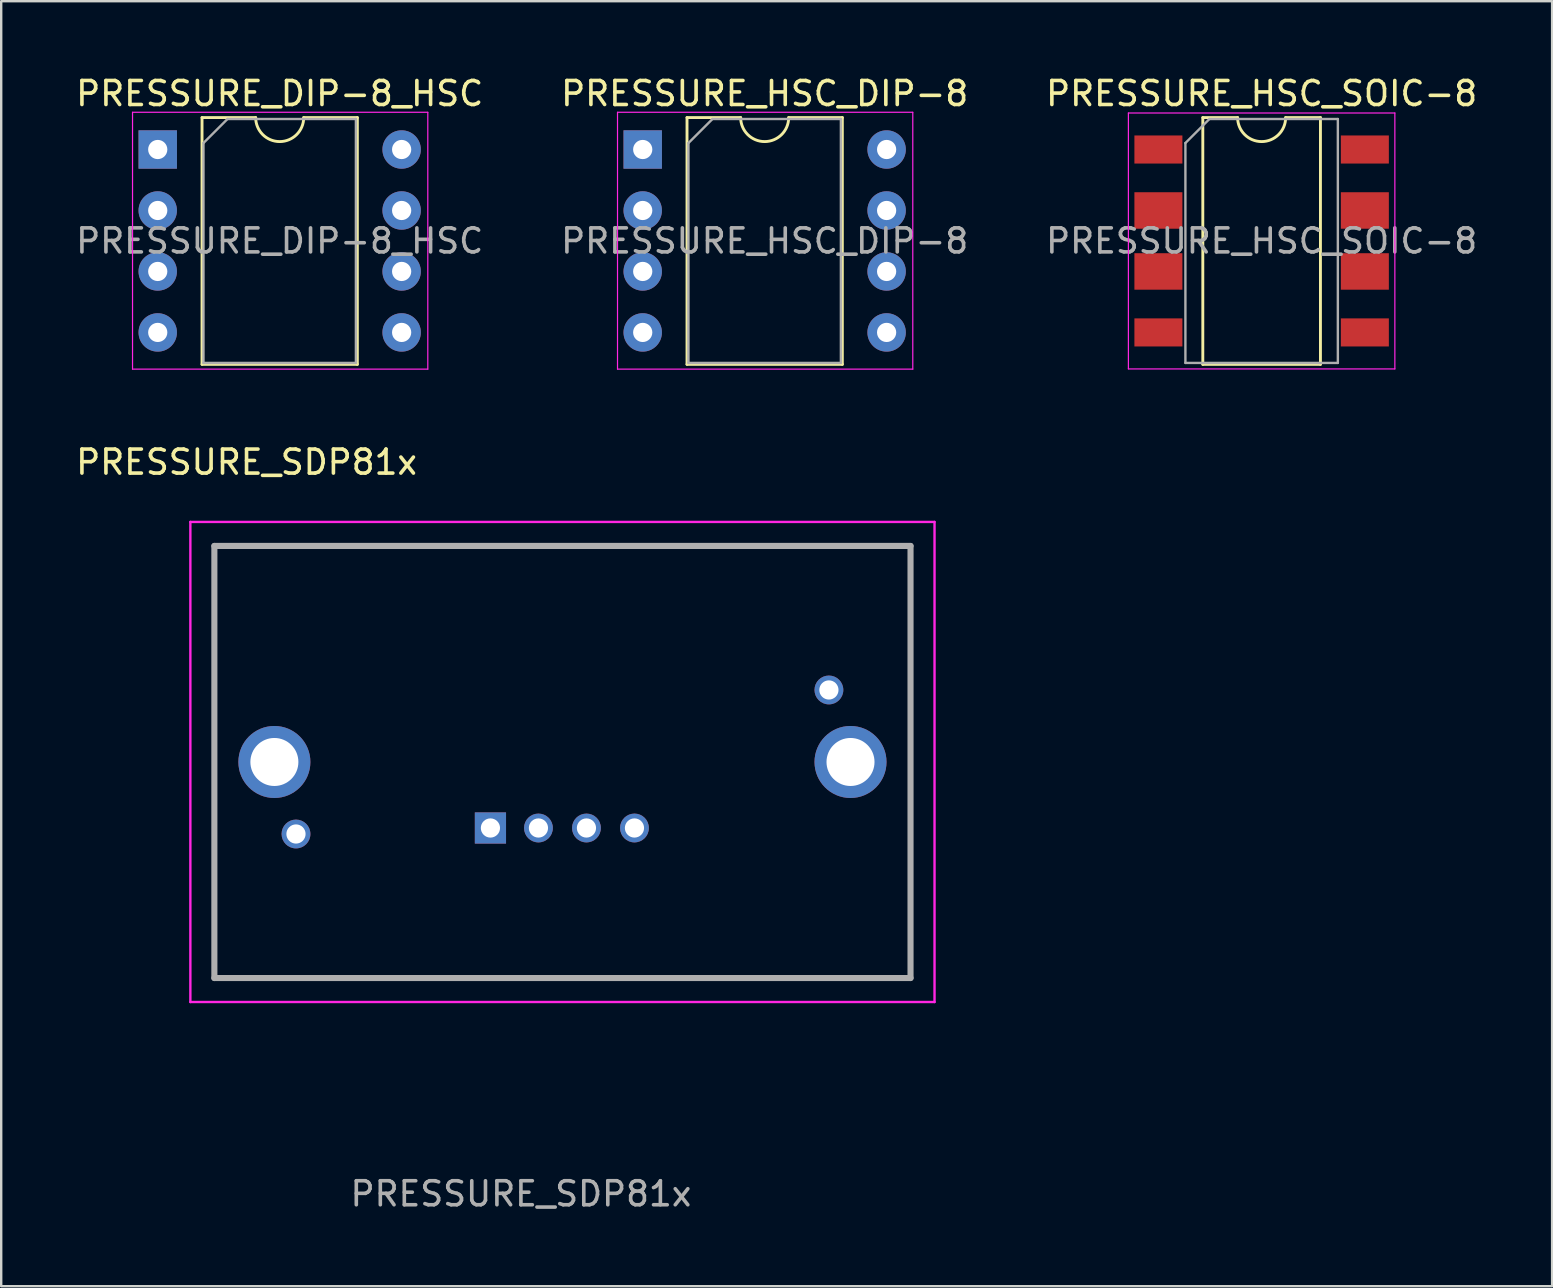
<source format=kicad_pcb>
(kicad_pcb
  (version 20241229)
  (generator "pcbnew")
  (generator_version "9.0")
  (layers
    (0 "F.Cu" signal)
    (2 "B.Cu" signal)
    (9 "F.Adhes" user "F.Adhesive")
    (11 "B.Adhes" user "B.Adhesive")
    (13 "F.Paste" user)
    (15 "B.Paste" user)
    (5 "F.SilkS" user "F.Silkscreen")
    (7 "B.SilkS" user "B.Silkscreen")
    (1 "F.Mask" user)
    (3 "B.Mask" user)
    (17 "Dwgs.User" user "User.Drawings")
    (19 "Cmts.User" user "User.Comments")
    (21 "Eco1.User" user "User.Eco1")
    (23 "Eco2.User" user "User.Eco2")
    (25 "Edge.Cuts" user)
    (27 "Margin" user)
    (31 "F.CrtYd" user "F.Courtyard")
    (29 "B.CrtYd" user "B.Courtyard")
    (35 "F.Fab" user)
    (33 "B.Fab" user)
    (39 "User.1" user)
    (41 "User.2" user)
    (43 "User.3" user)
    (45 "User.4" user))
  (footprint "PRESSURE_HSC_SOIC-8"
    (layer "F.Cu")
    (at 49.506 6.988)
    (property "Reference" "PRESSURE_HSC_SOIC-8" (at 0 -6.14 0) (layer "F.SilkS") (effects (font (size 1 1) (thickness 0.15))))
    (attr smd)
    (fp_line (start -2.45 -5.14) (end -2.45 5.14) (stroke (width 0.12) (type solid)) (layer "F.SilkS"))
    (fp_line (start -2.45 5.14) (end 2.45 5.14) (stroke (width 0.12) (type solid)) (layer "F.SilkS"))
    (fp_line (start -1 -5.14) (end -2.45 -5.14) (stroke (width 0.12) (type solid)) (layer "F.SilkS"))
    (fp_line (start 2.45 -5.14) (end 1 -5.14) (stroke (width 0.12) (type solid)) (layer "F.SilkS"))
    (fp_line (start 2.45 5.14) (end 2.45 -5.14) (stroke (width 0.12) (type solid)) (layer "F.SilkS"))
    (fp_arc (start 1 -5.14) (mid 0 -4.14) (end -1 -5.14) (stroke (width 0.12) (type solid)) (layer "F.SilkS"))
    (fp_line (start -5.55 -5.33) (end -5.55 5.33) (stroke (width 0.05) (type solid)) (layer "F.CrtYd"))
    (fp_line (start -5.55 -5.33) (end 5.55 -5.33) (stroke (width 0.05) (type solid)) (layer "F.CrtYd"))
    (fp_line (start 5.55 5.33) (end -5.55 5.33) (stroke (width 0.05) (type solid)) (layer "F.CrtYd"))
    (fp_line (start 5.55 5.33) (end 5.55 -5.33) (stroke (width 0.05) (type solid)) (layer "F.CrtYd"))
    (fp_line (start -3.175 -4.08) (end -2.175 -5.08) (stroke (width 0.1) (type solid)) (layer "F.Fab"))
    (fp_line (start -3.175 5.08) (end -3.175 -4.08) (stroke (width 0.1) (type solid)) (layer "F.Fab"))
    (fp_line (start -2.175 -5.08) (end 3.175 -5.08) (stroke (width 0.1) (type solid)) (layer "F.Fab"))
    (fp_line (start 3.175 -5.08) (end 3.175 5.08) (stroke (width 0.1) (type solid)) (layer "F.Fab"))
    (fp_line (start 3.175 5.08) (end -3.175 5.08) (stroke (width 0.1) (type solid)) (layer "F.Fab"))
    (fp_text user "${REFERENCE}" (at 0 0 0) (layer "F.Fab") (effects (font (size 1 1) (thickness 0.15))))
    (pad "1" smd rect (at -4.3 -3.81) (size 2 1.17) (layers "F.Cu" "F.Mask" "F.Paste"))
    (pad "2" smd rect (at -4.3 -1.27) (size 2 1.52) (layers "F.Cu" "F.Mask" "F.Paste"))
    (pad "3" smd rect (at -4.3 1.27) (size 2 1.52) (layers "F.Cu" "F.Mask" "F.Paste"))
    (pad "4" smd rect (at -4.3 3.81) (size 2 1.17) (layers "F.Cu" "F.Mask" "F.Paste"))
    (pad "5" smd rect (at 4.3 3.81) (size 2 1.17) (layers "F.Cu" "F.Mask" "F.Paste"))
    (pad "6" smd rect (at 4.3 1.27) (size 2 1.52) (layers "F.Cu" "F.Mask" "F.Paste"))
    (pad "7" smd rect (at 4.3 -1.27) (size 2 1.52) (layers "F.Cu" "F.Mask" "F.Paste"))
    (pad "8" smd rect (at 4.3 -3.81) (size 2 1.17) (layers "F.Cu" "F.Mask" "F.Paste")))
  (footprint "PRESSURE_HSC_DIP-8"
    (layer "F.Cu")
    (at 23.724 3.178)
    (property "Reference" "PRESSURE_HSC_DIP-8" (at 5.08 -2.33 0) (layer "F.SilkS") (effects (font (size 1 1) (thickness 0.15))))
    (attr through_hole)
    (fp_line (start 1.845 -1.33) (end 1.845 8.95) (stroke (width 0.12) (type solid)) (layer "F.SilkS"))
    (fp_line (start 1.845 8.95) (end 8.315 8.95) (stroke (width 0.12) (type solid)) (layer "F.SilkS"))
    (fp_line (start 4.08 -1.33) (end 1.845 -1.33) (stroke (width 0.12) (type solid)) (layer "F.SilkS"))
    (fp_line (start 8.315 -1.33) (end 6.08 -1.33) (stroke (width 0.12) (type solid)) (layer "F.SilkS"))
    (fp_line (start 8.315 8.95) (end 8.315 -1.33) (stroke (width 0.12) (type solid)) (layer "F.SilkS"))
    (fp_arc (start 6.08 -1.33) (mid 5.08 -0.33) (end 4.08 -1.33) (stroke (width 0.12) (type solid)) (layer "F.SilkS"))
    (fp_line (start -1.05 -1.55) (end -1.05 9.15) (stroke (width 0.05) (type solid)) (layer "F.CrtYd"))
    (fp_line (start -1.05 9.15) (end 11.25 9.15) (stroke (width 0.05) (type solid)) (layer "F.CrtYd"))
    (fp_line (start 11.25 -1.55) (end -1.05 -1.55) (stroke (width 0.05) (type solid)) (layer "F.CrtYd"))
    (fp_line (start 11.25 9.15) (end 11.25 -1.55) (stroke (width 0.05) (type solid)) (layer "F.CrtYd"))
    (fp_line (start 1.905 -0.27) (end 2.905 -1.27) (stroke (width 0.1) (type solid)) (layer "F.Fab"))
    (fp_line (start 1.905 8.89) (end 1.905 -0.27) (stroke (width 0.1) (type solid)) (layer "F.Fab"))
    (fp_line (start 2.905 -1.27) (end 8.255 -1.27) (stroke (width 0.1) (type solid)) (layer "F.Fab"))
    (fp_line (start 8.255 -1.27) (end 8.255 8.89) (stroke (width 0.1) (type solid)) (layer "F.Fab"))
    (fp_line (start 8.255 8.89) (end 1.905 8.89) (stroke (width 0.1) (type solid)) (layer "F.Fab"))
    (fp_text user "${REFERENCE}" (at 5.08 3.81 0) (layer "F.Fab") (effects (font (size 1 1) (thickness 0.15))))
    (pad "1" thru_hole rect (at 0 0) (size 1.6 1.6) (drill 0.8) (layers "*.Cu" "*.Mask"))
    (pad "2" thru_hole oval (at 0 2.54) (size 1.6 1.6) (drill 0.8) (layers "*.Cu" "*.Mask"))
    (pad "3" thru_hole oval (at 0 5.08) (size 1.6 1.6) (drill 0.8) (layers "*.Cu" "*.Mask"))
    (pad "4" thru_hole oval (at 0 7.62) (size 1.6 1.6) (drill 0.8) (layers "*.Cu" "*.Mask"))
    (pad "5" thru_hole oval (at 10.16 7.62) (size 1.6 1.6) (drill 0.8) (layers "*.Cu" "*.Mask"))
    (pad "6" thru_hole oval (at 10.16 5.08) (size 1.6 1.6) (drill 0.8) (layers "*.Cu" "*.Mask"))
    (pad "7" thru_hole oval (at 10.16 2.54) (size 1.6 1.6) (drill 0.8) (layers "*.Cu" "*.Mask"))
    (pad "8" thru_hole oval (at 10.16 0) (size 1.6 1.6) (drill 0.8) (layers "*.Cu" "*.Mask")))
  (footprint "PRESSURE_DIP-8_HSC"
    (layer "F.Cu")
    (at 3.521 3.178)
    (property "Reference" "PRESSURE_DIP-8_HSC" (at 5.08 -2.33 0) (layer "F.SilkS") (effects (font (size 1 1) (thickness 0.15))))
    (attr through_hole)
    (fp_line (start 1.845 -1.33) (end 1.845 8.95) (stroke (width 0.12) (type solid)) (layer "F.SilkS"))
    (fp_line (start 1.845 8.95) (end 8.315 8.95) (stroke (width 0.12) (type solid)) (layer "F.SilkS"))
    (fp_line (start 4.08 -1.33) (end 1.845 -1.33) (stroke (width 0.12) (type solid)) (layer "F.SilkS"))
    (fp_line (start 8.315 -1.33) (end 6.08 -1.33) (stroke (width 0.12) (type solid)) (layer "F.SilkS"))
    (fp_line (start 8.315 8.95) (end 8.315 -1.33) (stroke (width 0.12) (type solid)) (layer "F.SilkS"))
    (fp_arc (start 6.08 -1.33) (mid 5.08 -0.33) (end 4.08 -1.33) (stroke (width 0.12) (type solid)) (layer "F.SilkS"))
    (fp_line (start -1.05 -1.55) (end -1.05 9.15) (stroke (width 0.05) (type solid)) (layer "F.CrtYd"))
    (fp_line (start -1.05 9.15) (end 11.25 9.15) (stroke (width 0.05) (type solid)) (layer "F.CrtYd"))
    (fp_line (start 11.25 -1.55) (end -1.05 -1.55) (stroke (width 0.05) (type solid)) (layer "F.CrtYd"))
    (fp_line (start 11.25 9.15) (end 11.25 -1.55) (stroke (width 0.05) (type solid)) (layer "F.CrtYd"))
    (fp_line (start 1.905 -0.27) (end 2.905 -1.27) (stroke (width 0.1) (type solid)) (layer "F.Fab"))
    (fp_line (start 1.905 8.89) (end 1.905 -0.27) (stroke (width 0.1) (type solid)) (layer "F.Fab"))
    (fp_line (start 2.905 -1.27) (end 8.255 -1.27) (stroke (width 0.1) (type solid)) (layer "F.Fab"))
    (fp_line (start 8.255 -1.27) (end 8.255 8.89) (stroke (width 0.1) (type solid)) (layer "F.Fab"))
    (fp_line (start 8.255 8.89) (end 1.905 8.89) (stroke (width 0.1) (type solid)) (layer "F.Fab"))
    (fp_text user "${REFERENCE}" (at 5.08 3.81 0) (layer "F.Fab") (effects (font (size 1 1) (thickness 0.15))))
    (pad "1" thru_hole rect (at 0 0) (size 1.6 1.6) (drill 0.8) (layers "*.Cu" "*.Mask"))
    (pad "2" thru_hole oval (at 0 2.54) (size 1.6 1.6) (drill 0.8) (layers "*.Cu" "*.Mask"))
    (pad "3" thru_hole oval (at 0 5.08) (size 1.6 1.6) (drill 0.8) (layers "*.Cu" "*.Mask"))
    (pad "4" thru_hole oval (at 0 7.62) (size 1.6 1.6) (drill 0.8) (layers "*.Cu" "*.Mask"))
    (pad "5" thru_hole oval (at 10.16 7.62) (size 1.6 1.6) (drill 0.8) (layers "*.Cu" "*.Mask"))
    (pad "6" thru_hole oval (at 10.16 5.08) (size 1.6 1.6) (drill 0.8) (layers "*.Cu" "*.Mask"))
    (pad "7" thru_hole oval (at 10.16 2.54) (size 1.6 1.6) (drill 0.8) (layers "*.Cu" "*.Mask"))
    (pad "8" thru_hole oval (at 10.16 0) (size 1.6 1.6) (drill 0.8) (layers "*.Cu" "*.Mask")))
  (footprint "PRESSURE_SDP81x"
    (layer "F.Cu")
    (at 17.38 31.442)
    (property "Reference" "PRESSURE_SDP81x" (at -10.16 -15.24 0) (layer "F.SilkS") (effects (font (size 1 1) (thickness 0.15))))
    (attr through_hole)
    (fp_line (start -11.5 -11.75) (end 17.5 -11.75) (stroke (width 0.1) (type solid)) (layer "F.SilkS"))
    (fp_line (start -11.5 6.25) (end -11.5 -11.75) (stroke (width 0.1) (type solid)) (layer "F.SilkS"))
    (fp_line (start 17.5 -11.75) (end 17.5 6.25) (stroke (width 0.1) (type solid)) (layer "F.SilkS"))
    (fp_line (start 17.5 6.25) (end -11.5 6.25) (stroke (width 0.1) (type solid)) (layer "F.SilkS"))
    (fp_line (start -12.5 -12.75) (end 18.5 -12.75) (stroke (width 0.1) (type solid)) (layer "F.CrtYd"))
    (fp_line (start -12.5 7.25) (end -12.5 -12.75) (stroke (width 0.1) (type solid)) (layer "F.CrtYd"))
    (fp_line (start 18.5 -12.75) (end 18.5 7.25) (stroke (width 0.1) (type solid)) (layer "F.CrtYd"))
    (fp_line (start 18.5 7.25) (end -12.5 7.25) (stroke (width 0.1) (type solid)) (layer "F.CrtYd"))
    (fp_line (start -11.5 -11.75) (end 17.5 -11.75) (stroke (width 0.254) (type solid)) (layer "F.Fab"))
    (fp_line (start -11.5 6.25) (end -11.5 -11.75) (stroke (width 0.254) (type solid)) (layer "F.Fab"))
    (fp_line (start 17.5 -11.75) (end 17.5 6.25) (stroke (width 0.254) (type solid)) (layer "F.Fab"))
    (fp_line (start 17.5 6.25) (end -11.5 6.25) (stroke (width 0.254) (type solid)) (layer "F.Fab"))
    (fp_text user "${REFERENCE}" (at 1.27 15.24 0) (layer "F.Fab") (effects (font (size 1 1) (thickness 0.15))))
    (pad "" np_thru_hole circle (at -8.1 -7.2) (size 0.001 0.001) (drill 2) (layers "*.Cu" "*.Mask"))
    (pad "" np_thru_hole circle (at -8.1 3.2) (size 0.001 0.001) (drill 2) (layers "*.Cu" "*.Mask"))
    (pad "" np_thru_hole circle (at 14.1 -8.7) (size 0.001 0.001) (drill 2) (layers "*.Cu" "*.Mask"))
    (pad "" np_thru_hole circle (at 14.1 3.2) (size 0.001 0.001) (drill 2) (layers "*.Cu" "*.Mask"))
    (pad "1" thru_hole rect (at 0 0) (size 1.3 1.3) (drill 0.8) (layers "*.Cu" "*.Mask"))
    (pad "2" thru_hole circle (at 2 0) (size 1.2 1.2) (drill 0.8) (layers "*.Cu" "*.Mask"))
    (pad "3" thru_hole circle (at 4 0) (size 1.2 1.2) (drill 0.8) (layers "*.Cu" "*.Mask"))
    (pad "4" thru_hole circle (at 6 0) (size 1.2 1.2) (drill 0.8) (layers "*.Cu" "*.Mask"))
    (pad "5" thru_hole circle (at 14.1 -5.75) (size 1.2 1.2) (drill 0.8) (layers "*.Cu" "*.Mask"))
    (pad "6" thru_hole circle (at -8.1 0.25) (size 1.2 1.2) (drill 0.8) (layers "*.Cu" "*.Mask"))
    (pad "MS1" thru_hole circle (at 15 -2.75) (size 3 3) (drill 2) (layers "*.Cu" "*.Mask"))
    (pad "MS2" thru_hole circle (at -9 -2.75) (size 3 3) (drill 2) (layers "*.Cu" "*.Mask")))
  (gr_rect
    (start -3 -3)
    (end 61.607 50.53)
    (stroke (width 0.1) (type default))
    (fill no)
    (layer "Edge.Cuts")))
</source>
